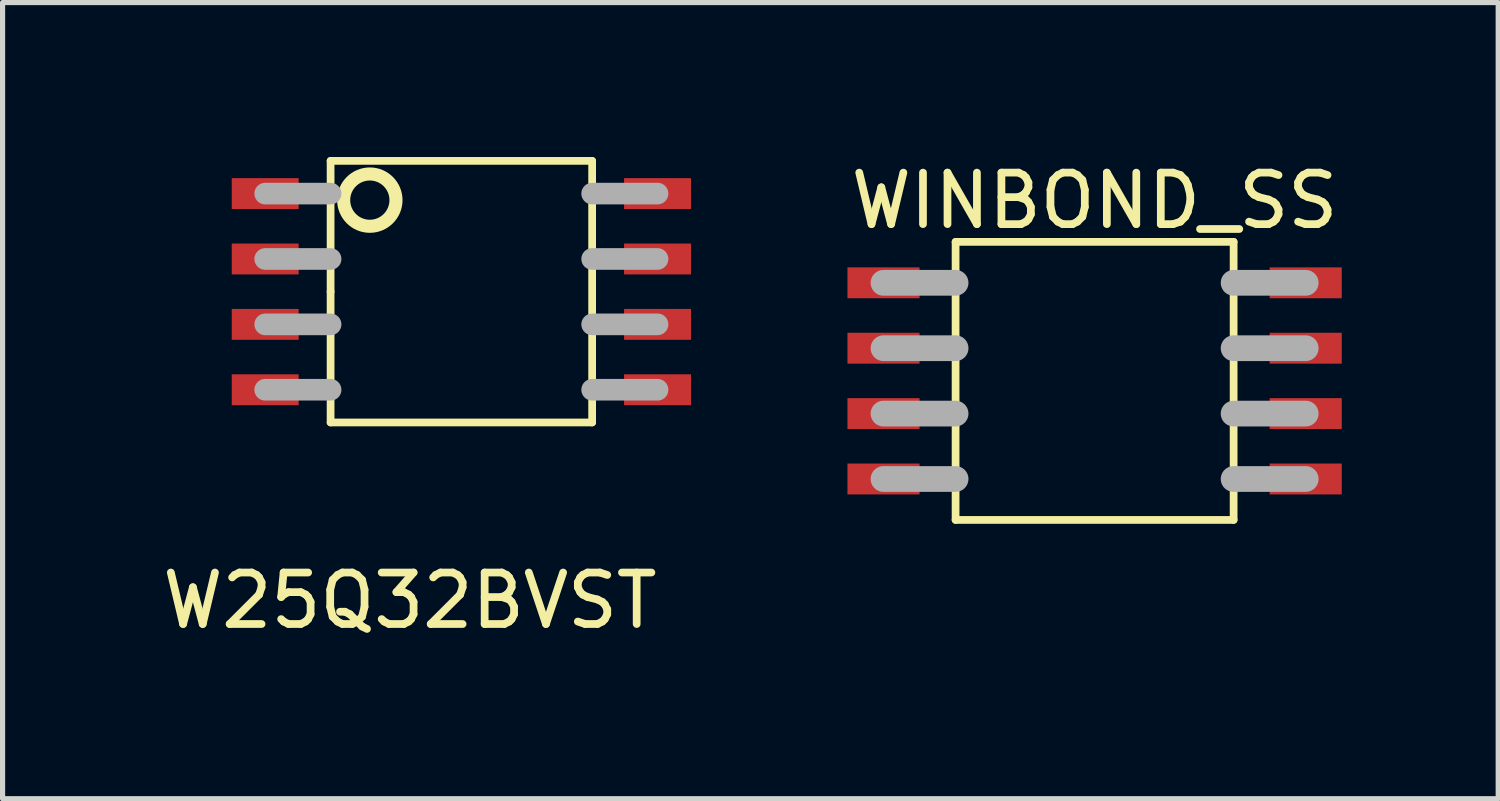
<source format=kicad_pcb>
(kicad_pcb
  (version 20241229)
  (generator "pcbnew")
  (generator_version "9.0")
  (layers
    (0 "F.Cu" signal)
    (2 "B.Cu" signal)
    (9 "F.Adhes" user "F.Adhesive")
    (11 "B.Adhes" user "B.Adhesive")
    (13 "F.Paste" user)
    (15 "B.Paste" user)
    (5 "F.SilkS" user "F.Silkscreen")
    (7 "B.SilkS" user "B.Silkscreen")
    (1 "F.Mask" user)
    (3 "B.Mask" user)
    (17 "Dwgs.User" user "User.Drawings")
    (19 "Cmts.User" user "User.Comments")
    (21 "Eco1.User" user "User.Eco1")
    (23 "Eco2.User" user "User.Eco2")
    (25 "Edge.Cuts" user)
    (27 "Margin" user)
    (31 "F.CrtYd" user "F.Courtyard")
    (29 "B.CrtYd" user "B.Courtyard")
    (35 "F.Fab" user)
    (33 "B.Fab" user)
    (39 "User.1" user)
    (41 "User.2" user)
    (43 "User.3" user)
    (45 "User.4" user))
  (footprint "W25Q32BVST"
    (layer "F.Cu")
    (at 5.911 2.615)
    (property "Reference" "W25Q32BVST" (at -1 6 0) (layer "F.SilkS") (effects (font (size 1 1) (thickness 0.15))))
    (attr through_hole)
    (fp_line (start -2.54 -2.54) (end 2.54 -2.54) (stroke (width 0.15) (type solid)) (layer "F.SilkS"))
    (fp_line (start -2.54 0) (end -2.54 -2.54) (stroke (width 0.15) (type solid)) (layer "F.SilkS"))
    (fp_line (start -2.54 2.54) (end -2.54 0) (stroke (width 0.15) (type solid)) (layer "F.SilkS"))
    (fp_line (start 2.54 -2.54) (end 2.54 2.54) (stroke (width 0.15) (type solid)) (layer "F.SilkS"))
    (fp_line (start 2.54 2.54) (end -2.54 2.54) (stroke (width 0.15) (type solid)) (layer "F.SilkS"))
    (fp_circle (center -1.778 -1.778) (end -1.27 -1.778) (stroke (width 0.254) (type solid)) (fill no) (layer "F.SilkS"))
    (fp_line (start -2.54 -1.905) (end -3.81 -1.905) (stroke (width 0.42) (type solid)) (layer "F.Fab"))
    (fp_line (start -2.54 -0.635) (end -3.81 -0.635) (stroke (width 0.42) (type solid)) (layer "F.Fab"))
    (fp_line (start -2.54 0.635) (end -3.81 0.635) (stroke (width 0.42) (type solid)) (layer "F.Fab"))
    (fp_line (start -2.54 1.905) (end -3.81 1.905) (stroke (width 0.42) (type solid)) (layer "F.Fab"))
    (fp_line (start 2.54 -1.905) (end 3.81 -1.905) (stroke (width 0.42) (type solid)) (layer "F.Fab"))
    (fp_line (start 2.54 -0.635) (end 3.81 -0.635) (stroke (width 0.42) (type solid)) (layer "F.Fab"))
    (fp_line (start 2.54 0.635) (end 3.81 0.635) (stroke (width 0.42) (type solid)) (layer "F.Fab"))
    (fp_line (start 2.54 1.905) (end 3.81 1.905) (stroke (width 0.42) (type solid)) (layer "F.Fab"))
    (pad "1" smd rect (at -3.81 -1.905) (size 1.3 0.6) (layers "F.Cu" "F.Mask" "F.Paste"))
    (pad "2" smd rect (at -3.81 -0.635) (size 1.3 0.6) (layers "F.Cu" "F.Mask" "F.Paste"))
    (pad "3" smd rect (at -3.81 0.635) (size 1.3 0.6) (layers "F.Cu" "F.Mask" "F.Paste"))
    (pad "4" smd rect (at -3.81 1.905) (size 1.3 0.6) (layers "F.Cu" "F.Mask" "F.Paste"))
    (pad "5" smd rect (at 3.81 1.905) (size 1.3 0.6) (layers "F.Cu" "F.Mask" "F.Paste"))
    (pad "6" smd rect (at 3.81 0.635) (size 1.3 0.6) (layers "F.Cu" "F.Mask" "F.Paste"))
    (pad "7" smd rect (at 3.81 -0.635) (size 1.3 0.6) (layers "F.Cu" "F.Mask" "F.Paste"))
    (pad "8" smd rect (at 3.81 -1.905) (size 1.3 0.6) (layers "F.Cu" "F.Mask" "F.Paste")))
  (footprint "WINBOND_SS"
    (layer "F.Cu")
    (at 18.21 4.348)
    (property "Reference" "WINBOND_SS" (at 0 -3.5 0) (layer "F.SilkS") (effects (font (size 1 1) (thickness 0.15))))
    (attr through_hole)
    (fp_line (start -2.7 -2.7) (end 2.7 -2.7) (stroke (width 0.15) (type solid)) (layer "F.SilkS"))
    (fp_line (start -2.7 2.7) (end -2.7 -2.7) (stroke (width 0.15) (type solid)) (layer "F.SilkS"))
    (fp_line (start 2.7 -2.7) (end 2.7 2.7) (stroke (width 0.15) (type solid)) (layer "F.SilkS"))
    (fp_line (start 2.7 2.7) (end -2.7 2.7) (stroke (width 0.15) (type solid)) (layer "F.SilkS"))
    (fp_line (start -2.7 -1.905) (end -4.1 -1.905) (stroke (width 0.5) (type solid)) (layer "F.Fab"))
    (fp_line (start -2.7 -0.635) (end -4.1 -0.635) (stroke (width 0.5) (type solid)) (layer "F.Fab"))
    (fp_line (start -2.7 0.635) (end -4.1 0.635) (stroke (width 0.5) (type solid)) (layer "F.Fab"))
    (fp_line (start -2.7 1.905) (end -4.1 1.905) (stroke (width 0.5) (type solid)) (layer "F.Fab"))
    (fp_line (start 4.1 -1.905) (end 2.7 -1.905) (stroke (width 0.5) (type solid)) (layer "F.Fab"))
    (fp_line (start 4.1 -0.635) (end 2.7 -0.635) (stroke (width 0.5) (type solid)) (layer "F.Fab"))
    (fp_line (start 4.1 0.635) (end 2.7 0.635) (stroke (width 0.5) (type solid)) (layer "F.Fab"))
    (fp_line (start 4.1 1.905) (end 2.7 1.905) (stroke (width 0.5) (type solid)) (layer "F.Fab"))
    (pad "1" smd rect (at -4.1 -1.905) (size 1.4 0.6) (layers "F.Cu" "F.Mask" "F.Paste"))
    (pad "2" smd rect (at -4.1 -0.635) (size 1.4 0.6) (layers "F.Cu" "F.Mask" "F.Paste"))
    (pad "3" smd rect (at -4.1 0.635) (size 1.4 0.6) (layers "F.Cu" "F.Mask" "F.Paste"))
    (pad "4" smd rect (at -4.1 1.905) (size 1.4 0.6) (layers "F.Cu" "F.Mask" "F.Paste"))
    (pad "5" smd rect (at 4.1 1.905) (size 1.4 0.6) (layers "F.Cu" "F.Mask" "F.Paste"))
    (pad "6" smd rect (at 4.1 0.635) (size 1.4 0.6) (layers "F.Cu" "F.Mask" "F.Paste"))
    (pad "7" smd rect (at 4.1 -0.635) (size 1.4 0.6) (layers "F.Cu" "F.Mask" "F.Paste"))
    (pad "8" smd rect (at 4.1 -1.905) (size 1.4 0.6) (layers "F.Cu" "F.Mask" "F.Paste")))
  (gr_rect
    (start -3 -3)
    (end 26.049 12.463)
    (stroke (width 0.1) (type default))
    (fill no)
    (layer "Edge.Cuts")))
</source>
